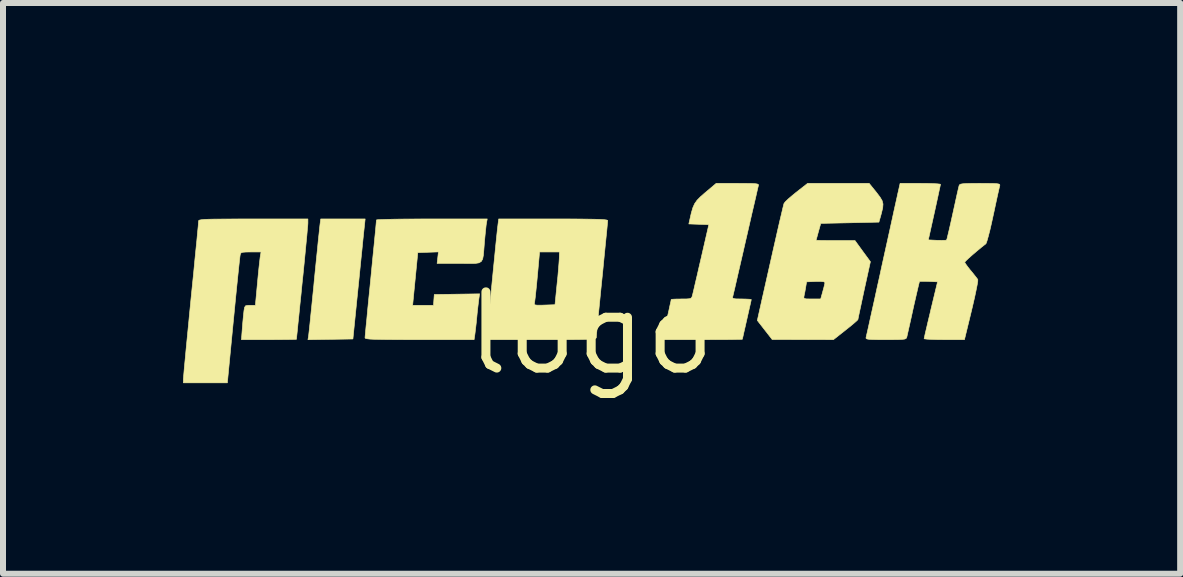
<source format=kicad_pcb>
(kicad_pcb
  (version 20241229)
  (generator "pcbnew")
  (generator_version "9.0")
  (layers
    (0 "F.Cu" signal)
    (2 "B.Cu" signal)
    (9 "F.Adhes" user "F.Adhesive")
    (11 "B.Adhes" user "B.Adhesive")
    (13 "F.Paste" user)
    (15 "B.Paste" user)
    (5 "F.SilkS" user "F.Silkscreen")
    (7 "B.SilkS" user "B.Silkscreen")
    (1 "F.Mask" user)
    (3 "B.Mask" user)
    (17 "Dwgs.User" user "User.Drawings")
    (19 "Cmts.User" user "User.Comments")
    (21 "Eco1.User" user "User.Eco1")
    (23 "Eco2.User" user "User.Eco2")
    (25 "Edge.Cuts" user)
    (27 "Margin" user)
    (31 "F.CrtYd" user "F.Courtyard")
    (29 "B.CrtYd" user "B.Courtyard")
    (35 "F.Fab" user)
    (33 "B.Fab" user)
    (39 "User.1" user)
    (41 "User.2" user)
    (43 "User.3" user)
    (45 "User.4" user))
  (footprint "logo"
    (layer "F.Cu")
    (at 6.8 2.503)
    (property "Reference" "logo" (at 0 0 0) (layer "F.SilkS") (effects (font (size 1.27 1.27) (thickness 0.15))))
    (attr through_hole)
    (fp_poly (pts (xy -3.779 -1.783) (xy -3.784 -1.736) (xy -3.793 -1.652) (xy -3.805 -1.536) (xy -3.819 -1.393) (xy -3.836 -1.229) (xy -3.854 -1.05) (xy -3.873 -0.859) (xy -3.881 -0.783) (xy -3.97 0.095) (xy -4.345 0.101) (xy -4.719 0.107) (xy -4.709 0.048) (xy -4.705 0.015) (xy -4.697 -0.056) (xy -4.686 -0.159) (xy -4.673 -0.29) (xy -4.657 -0.444) (xy -4.64 -0.615) (xy -4.621 -0.8) (xy -4.615 -0.868) (xy -4.596 -1.058) (xy -4.578 -1.237) (xy -4.561 -1.402) (xy -4.547 -1.546) (xy -4.534 -1.665) (xy -4.525 -1.753) (xy -4.519 -1.806) (xy -4.518 -1.815) (xy -4.506 -1.905) (xy -3.766 -1.905) (xy -3.779 -1.783)) (stroke (width 0.01) (type solid)) (fill yes) (layer "F.SilkS"))
    (fp_poly (pts (xy -1.743 -1.847) (xy -1.75 -1.804) (xy -1.758 -1.729) (xy -1.768 -1.632) (xy -1.778 -1.525) (xy -1.778 -1.524) (xy -1.788 -1.396) (xy -1.796 -1.303) (xy -1.808 -1.238) (xy -1.831 -1.197) (xy -1.869 -1.174) (xy -1.93 -1.164) (xy -2.019 -1.163) (xy -2.142 -1.164) (xy -2.194 -1.164) (xy -2.567 -1.164) (xy -2.545 -1.356) (xy -2.717 -1.35) (xy -2.889 -1.344) (xy -2.932 -0.905) (xy -2.975 -0.466) (xy -2.627 -0.466) (xy -2.621 -0.556) (xy -2.614 -0.646) (xy -1.859 -0.657) (xy -1.871 -0.577) (xy -1.878 -0.522) (xy -1.888 -0.438) (xy -1.899 -0.339) (xy -1.905 -0.275) (xy -1.915 -0.173) (xy -1.926 -0.078) (xy -1.935 -0.004) (xy -1.939 0.026) (xy -1.951 0.106) (xy -2.859 0.106) (xy -3.082 0.106) (xy -3.266 0.105) (xy -3.414 0.104) (xy -3.531 0.102) (xy -3.62 0.1) (xy -3.684 0.097) (xy -3.727 0.092) (xy -3.753 0.087) (xy -3.766 0.08) (xy -3.768 0.075) (xy -3.766 0.048) (xy -3.76 -0.017) (xy -3.751 -0.115) (xy -3.738 -0.242) (xy -3.724 -0.394) (xy -3.707 -0.566) (xy -3.688 -0.754) (xy -3.672 -0.915) (xy -3.653 -1.112) (xy -3.635 -1.296) (xy -3.618 -1.463) (xy -3.604 -1.608) (xy -3.592 -1.728) (xy -3.584 -1.817) (xy -3.579 -1.872) (xy -3.577 -1.889) (xy -3.557 -1.892) (xy -3.498 -1.895) (xy -3.406 -1.898) (xy -3.284 -1.901) (xy -3.137 -1.903) (xy -2.97 -1.904) (xy -2.785 -1.905) (xy -2.655 -1.905) (xy -1.732 -1.905) (xy -1.743 -1.847)) (stroke (width 0.01) (type solid)) (fill yes) (layer "F.SilkS"))
    (fp_poly (pts (xy 4.75 -2.351) (xy 4.811 -2.271) (xy 4.847 -2.211) (xy 4.862 -2.154) (xy 4.857 -2.089) (xy 4.836 -2.002) (xy 4.83 -1.979) (xy 4.794 -1.852) (xy 4.309 -1.841) (xy 3.825 -1.831) (xy 3.786 -1.693) (xy 3.767 -1.623) (xy 3.753 -1.572) (xy 3.747 -1.55) (xy 3.747 -1.55) (xy 3.767 -1.549) (xy 3.822 -1.547) (xy 3.904 -1.546) (xy 4.008 -1.545) (xy 4.071 -1.545) (xy 4.395 -1.545) (xy 4.523 -1.369) (xy 4.652 -1.193) (xy 4.548 -0.719) (xy 4.519 -0.583) (xy 4.493 -0.461) (xy 4.471 -0.359) (xy 4.455 -0.283) (xy 4.446 -0.239) (xy 4.445 -0.23) (xy 4.429 -0.212) (xy 4.386 -0.174) (xy 4.323 -0.121) (xy 4.245 -0.059) (xy 4.24 -0.055) (xy 4.036 0.106) (xy 3.526 0.105) (xy 3.016 0.104) (xy 2.768 -0.214) (xy 2.853 -0.594) (xy 3.542 -0.594) (xy 3.552 -0.58) (xy 3.584 -0.573) (xy 3.646 -0.572) (xy 3.679 -0.572) (xy 3.824 -0.572) (xy 3.859 -0.698) (xy 3.878 -0.768) (xy 3.891 -0.823) (xy 3.895 -0.847) (xy 3.874 -0.859) (xy 3.816 -0.864) (xy 3.742 -0.863) (xy 3.589 -0.857) (xy 3.573 -0.762) (xy 3.561 -0.692) (xy 3.549 -0.633) (xy 3.546 -0.619) (xy 3.542 -0.594) (xy 2.853 -0.594) (xy 2.983 -1.17) (xy 3.027 -1.366) (xy 3.069 -1.55) (xy 3.107 -1.718) (xy 3.141 -1.866) (xy 3.17 -1.988) (xy 3.192 -2.082) (xy 3.207 -2.142) (xy 3.213 -2.164) (xy 3.235 -2.192) (xy 3.283 -2.238) (xy 3.351 -2.296) (xy 3.417 -2.35) (xy 3.606 -2.498) (xy 4.631 -2.498) (xy 4.75 -2.351)) (stroke (width 0.01) (type solid)) (fill yes) (layer "F.SilkS"))
    (fp_poly (pts (xy -0.404 -1.905) (xy -0.214 -1.904) (xy -0.06 -1.902) (xy 0.06 -1.9) (xy 0.151 -1.897) (xy 0.214 -1.893) (xy 0.254 -1.888) (xy 0.272 -1.882) (xy 0.275 -1.879) (xy 0.273 -1.853) (xy 0.267 -1.789) (xy 0.258 -1.692) (xy 0.245 -1.566) (xy 0.23 -1.415) (xy 0.213 -1.244) (xy 0.195 -1.057) (xy 0.18 -0.91) (xy 0.16 -0.714) (xy 0.142 -0.53) (xy 0.125 -0.362) (xy 0.111 -0.216) (xy 0.099 -0.095) (xy 0.091 -0.005) (xy 0.086 0.052) (xy 0.085 0.069) (xy 0.083 0.078) (xy 0.074 0.085) (xy 0.054 0.091) (xy 0.021 0.096) (xy -0.031 0.099) (xy -0.104 0.102) (xy -0.202 0.104) (xy -0.329 0.105) (xy -0.489 0.106) (xy -0.685 0.106) (xy -0.826 0.106) (xy -1.736 0.106) (xy -1.736 0.058) (xy -1.734 0.028) (xy -1.728 -0.04) (xy -1.719 -0.138) (xy -1.707 -0.263) (xy -1.694 -0.408) (xy -1.686 -0.483) (xy -0.947 -0.483) (xy -0.934 -0.473) (xy -0.898 -0.468) (xy -0.832 -0.468) (xy -0.78 -0.47) (xy -0.603 -0.476) (xy -0.568 -0.826) (xy -0.555 -0.95) (xy -0.545 -1.067) (xy -0.537 -1.166) (xy -0.532 -1.238) (xy -0.531 -1.265) (xy -0.529 -1.355) (xy -0.86 -1.355) (xy -0.897 -0.947) (xy -0.909 -0.818) (xy -0.921 -0.702) (xy -0.931 -0.606) (xy -0.94 -0.537) (xy -0.945 -0.503) (xy -0.945 -0.502) (xy -0.947 -0.483) (xy -1.686 -0.483) (xy -1.678 -0.568) (xy -1.662 -0.738) (xy -1.645 -0.912) (xy -1.628 -1.086) (xy -1.611 -1.253) (xy -1.596 -1.408) (xy -1.582 -1.546) (xy -1.57 -1.661) (xy -1.561 -1.748) (xy -1.554 -1.802) (xy -1.554 -1.804) (xy -1.541 -1.905) (xy -0.633 -1.905) (xy -0.404 -1.905)) (stroke (width 0.01) (type solid)) (fill yes) (layer "F.SilkS"))
    (fp_poly (pts (xy 2.571 -2.497) (xy 2.665 -2.496) (xy 2.728 -2.493) (xy 2.765 -2.488) (xy 2.784 -2.48) (xy 2.788 -2.469) (xy 2.786 -2.461) (xy 2.779 -2.433) (xy 2.764 -2.368) (xy 2.742 -2.271) (xy 2.713 -2.146) (xy 2.678 -1.997) (xy 2.64 -1.83) (xy 2.598 -1.647) (xy 2.572 -1.535) (xy 2.529 -1.346) (xy 2.488 -1.169) (xy 2.451 -1.009) (xy 2.419 -0.869) (xy 2.393 -0.755) (xy 2.373 -0.671) (xy 2.361 -0.62) (xy 2.358 -0.609) (xy 2.356 -0.59) (xy 2.372 -0.579) (xy 2.412 -0.573) (xy 2.484 -0.572) (xy 2.507 -0.572) (xy 2.583 -0.57) (xy 2.64 -0.567) (xy 2.666 -0.563) (xy 2.667 -0.562) (xy 2.663 -0.539) (xy 2.65 -0.482) (xy 2.631 -0.399) (xy 2.608 -0.296) (xy 2.593 -0.23) (xy 2.568 -0.119) (xy 2.546 -0.024) (xy 2.53 0.049) (xy 2.52 0.091) (xy 2.519 0.099) (xy 2.499 0.101) (xy 2.441 0.102) (xy 2.351 0.104) (xy 2.234 0.105) (xy 2.095 0.105) (xy 1.939 0.106) (xy 1.852 0.106) (xy 1.185 0.106) (xy 1.196 0.058) (xy 1.21 -0.005) (xy 1.229 -0.089) (xy 1.251 -0.186) (xy 1.273 -0.287) (xy 1.295 -0.384) (xy 1.313 -0.468) (xy 1.327 -0.529) (xy 1.333 -0.561) (xy 1.333 -0.563) (xy 1.353 -0.567) (xy 1.405 -0.57) (xy 1.479 -0.571) (xy 1.502 -0.572) (xy 1.586 -0.572) (xy 1.638 -0.576) (xy 1.665 -0.586) (xy 1.679 -0.605) (xy 1.686 -0.63) (xy 1.695 -0.665) (xy 1.712 -0.736) (xy 1.735 -0.836) (xy 1.764 -0.959) (xy 1.796 -1.099) (xy 1.831 -1.249) (xy 1.96 -1.81) (xy 1.794 -1.816) (xy 1.627 -1.822) (xy 1.641 -1.885) (xy 1.668 -2.004) (xy 1.694 -2.093) (xy 1.724 -2.16) (xy 1.765 -2.218) (xy 1.822 -2.276) (xy 1.901 -2.345) (xy 1.904 -2.347) (xy 2.083 -2.498) (xy 2.44 -2.498) (xy 2.571 -2.497)) (stroke (width 0.01) (type solid)) (fill yes) (layer "F.SilkS"))
    (fp_poly (pts (xy -4.72 -1.836) (xy -4.722 -1.801) (xy -4.729 -1.729) (xy -4.738 -1.623) (xy -4.751 -1.49) (xy -4.766 -1.333) (xy -4.783 -1.157) (xy -4.802 -0.968) (xy -4.816 -0.837) (xy -4.835 -0.643) (xy -4.854 -0.463) (xy -4.87 -0.3) (xy -4.885 -0.16) (xy -4.896 -0.045) (xy -4.905 0.039) (xy -4.91 0.088) (xy -4.911 0.1) (xy -4.931 0.101) (xy -4.987 0.103) (xy -5.074 0.104) (xy -5.184 0.105) (xy -5.313 0.106) (xy -5.369 0.106) (xy -5.827 0.106) (xy -5.812 -0.09) (xy -5.804 -0.189) (xy -5.795 -0.284) (xy -5.787 -0.358) (xy -5.785 -0.376) (xy -5.775 -0.432) (xy -5.758 -0.458) (xy -5.72 -0.465) (xy -5.684 -0.466) (xy -5.595 -0.466) (xy -5.559 -0.852) (xy -5.547 -0.979) (xy -5.535 -1.096) (xy -5.524 -1.193) (xy -5.516 -1.263) (xy -5.511 -1.296) (xy -5.5 -1.355) (xy -5.669 -1.355) (xy -5.753 -1.354) (xy -5.804 -1.35) (xy -5.832 -1.341) (xy -5.844 -1.322) (xy -5.85 -1.296) (xy -5.854 -1.264) (xy -5.862 -1.194) (xy -5.873 -1.091) (xy -5.887 -0.958) (xy -5.903 -0.801) (xy -5.921 -0.623) (xy -5.94 -0.429) (xy -5.96 -0.223) (xy -5.962 -0.206) (xy -6.062 0.826) (xy -6.795 0.826) (xy -6.795 0.763) (xy -6.792 0.731) (xy -6.786 0.661) (xy -6.777 0.557) (xy -6.764 0.422) (xy -6.749 0.26) (xy -6.731 0.076) (xy -6.711 -0.127) (xy -6.69 -0.346) (xy -6.668 -0.57) (xy -6.645 -0.798) (xy -6.623 -1.014) (xy -6.604 -1.214) (xy -6.586 -1.395) (xy -6.57 -1.552) (xy -6.558 -1.682) (xy -6.548 -1.782) (xy -6.543 -1.846) (xy -6.541 -1.873) (xy -6.54 -1.873) (xy -6.537 -1.881) (xy -6.522 -1.887) (xy -6.494 -1.892) (xy -6.448 -1.897) (xy -6.381 -1.9) (xy -6.289 -1.902) (xy -6.169 -1.903) (xy -6.017 -1.904) (xy -5.83 -1.905) (xy -5.63 -1.905) (xy -4.72 -1.905) (xy -4.72 -1.836)) (stroke (width 0.01) (type solid)) (fill yes) (layer "F.SilkS"))
    (fp_poly (pts (xy 5.598 -2.497) (xy 5.695 -2.494) (xy 5.769 -2.49) (xy 5.812 -2.485) (xy 5.82 -2.482) (xy 5.815 -2.457) (xy 5.802 -2.398) (xy 5.783 -2.309) (xy 5.759 -2.198) (xy 5.731 -2.07) (xy 5.718 -2.011) (xy 5.617 -1.556) (xy 5.764 -1.549) (xy 5.838 -1.548) (xy 5.895 -1.549) (xy 5.921 -1.553) (xy 5.921 -1.554) (xy 5.929 -1.577) (xy 5.943 -1.635) (xy 5.964 -1.722) (xy 5.989 -1.831) (xy 6.017 -1.957) (xy 6.025 -1.994) (xy 6.054 -2.125) (xy 6.08 -2.244) (xy 6.102 -2.343) (xy 6.119 -2.416) (xy 6.129 -2.457) (xy 6.13 -2.461) (xy 6.138 -2.475) (xy 6.156 -2.485) (xy 6.191 -2.491) (xy 6.248 -2.495) (xy 6.334 -2.497) (xy 6.456 -2.498) (xy 6.48 -2.498) (xy 6.607 -2.497) (xy 6.697 -2.496) (xy 6.756 -2.493) (xy 6.791 -2.487) (xy 6.806 -2.479) (xy 6.809 -2.466) (xy 6.807 -2.461) (xy 6.8 -2.43) (xy 6.785 -2.364) (xy 6.764 -2.27) (xy 6.739 -2.154) (xy 6.711 -2.023) (xy 6.699 -1.968) (xy 6.67 -1.835) (xy 6.642 -1.714) (xy 6.616 -1.614) (xy 6.595 -1.54) (xy 6.58 -1.498) (xy 6.576 -1.492) (xy 6.502 -1.433) (xy 6.425 -1.369) (xy 6.351 -1.306) (xy 6.289 -1.251) (xy 6.244 -1.208) (xy 6.223 -1.185) (xy 6.223 -1.184) (xy 6.236 -1.16) (xy 6.269 -1.114) (xy 6.316 -1.054) (xy 6.325 -1.044) (xy 6.376 -0.981) (xy 6.417 -0.929) (xy 6.44 -0.898) (xy 6.441 -0.896) (xy 6.441 -0.869) (xy 6.431 -0.807) (xy 6.413 -0.716) (xy 6.389 -0.602) (xy 6.359 -0.472) (xy 6.338 -0.383) (xy 6.219 0.106) (xy 5.883 0.106) (xy 5.769 0.105) (xy 5.671 0.102) (xy 5.598 0.098) (xy 5.555 0.093) (xy 5.547 0.09) (xy 5.552 0.066) (xy 5.565 0.006) (xy 5.586 -0.082) (xy 5.612 -0.194) (xy 5.643 -0.322) (xy 5.659 -0.392) (xy 5.771 -0.857) (xy 5.624 -0.864) (xy 5.55 -0.866) (xy 5.495 -0.866) (xy 5.47 -0.863) (xy 5.47 -0.863) (xy 5.464 -0.841) (xy 5.45 -0.784) (xy 5.43 -0.698) (xy 5.405 -0.59) (xy 5.376 -0.464) (xy 5.367 -0.423) (xy 5.338 -0.29) (xy 5.311 -0.169) (xy 5.288 -0.067) (xy 5.271 0.009) (xy 5.261 0.053) (xy 5.26 0.058) (xy 5.254 0.076) (xy 5.243 0.089) (xy 5.22 0.097) (xy 5.179 0.102) (xy 5.114 0.105) (xy 5.018 0.106) (xy 4.909 0.106) (xy 4.782 0.106) (xy 4.691 0.104) (xy 4.632 0.101) (xy 4.597 0.095) (xy 4.581 0.087) (xy 4.579 0.075) (xy 4.58 0.069) (xy 4.586 0.042) (xy 4.601 -0.023) (xy 4.623 -0.121) (xy 4.651 -0.249) (xy 4.685 -0.402) (xy 4.724 -0.577) (xy 4.766 -0.77) (xy 4.812 -0.977) (xy 4.836 -1.09) (xy 4.884 -1.307) (xy 4.93 -1.515) (xy 4.973 -1.71) (xy 5.012 -1.888) (xy 5.046 -2.045) (xy 5.075 -2.175) (xy 5.097 -2.274) (xy 5.111 -2.339) (xy 5.115 -2.355) (xy 5.147 -2.498) (xy 5.484 -2.498) (xy 5.598 -2.497)) (stroke (width 0.01) (type solid)) (fill yes) (layer "F.SilkS")))
  (gr_rect
    (start -3 -3)
    (end 16.613 6.509)
    (stroke (width 0.1) (type default))
    (fill no)
    (layer "Edge.Cuts")))
</source>
